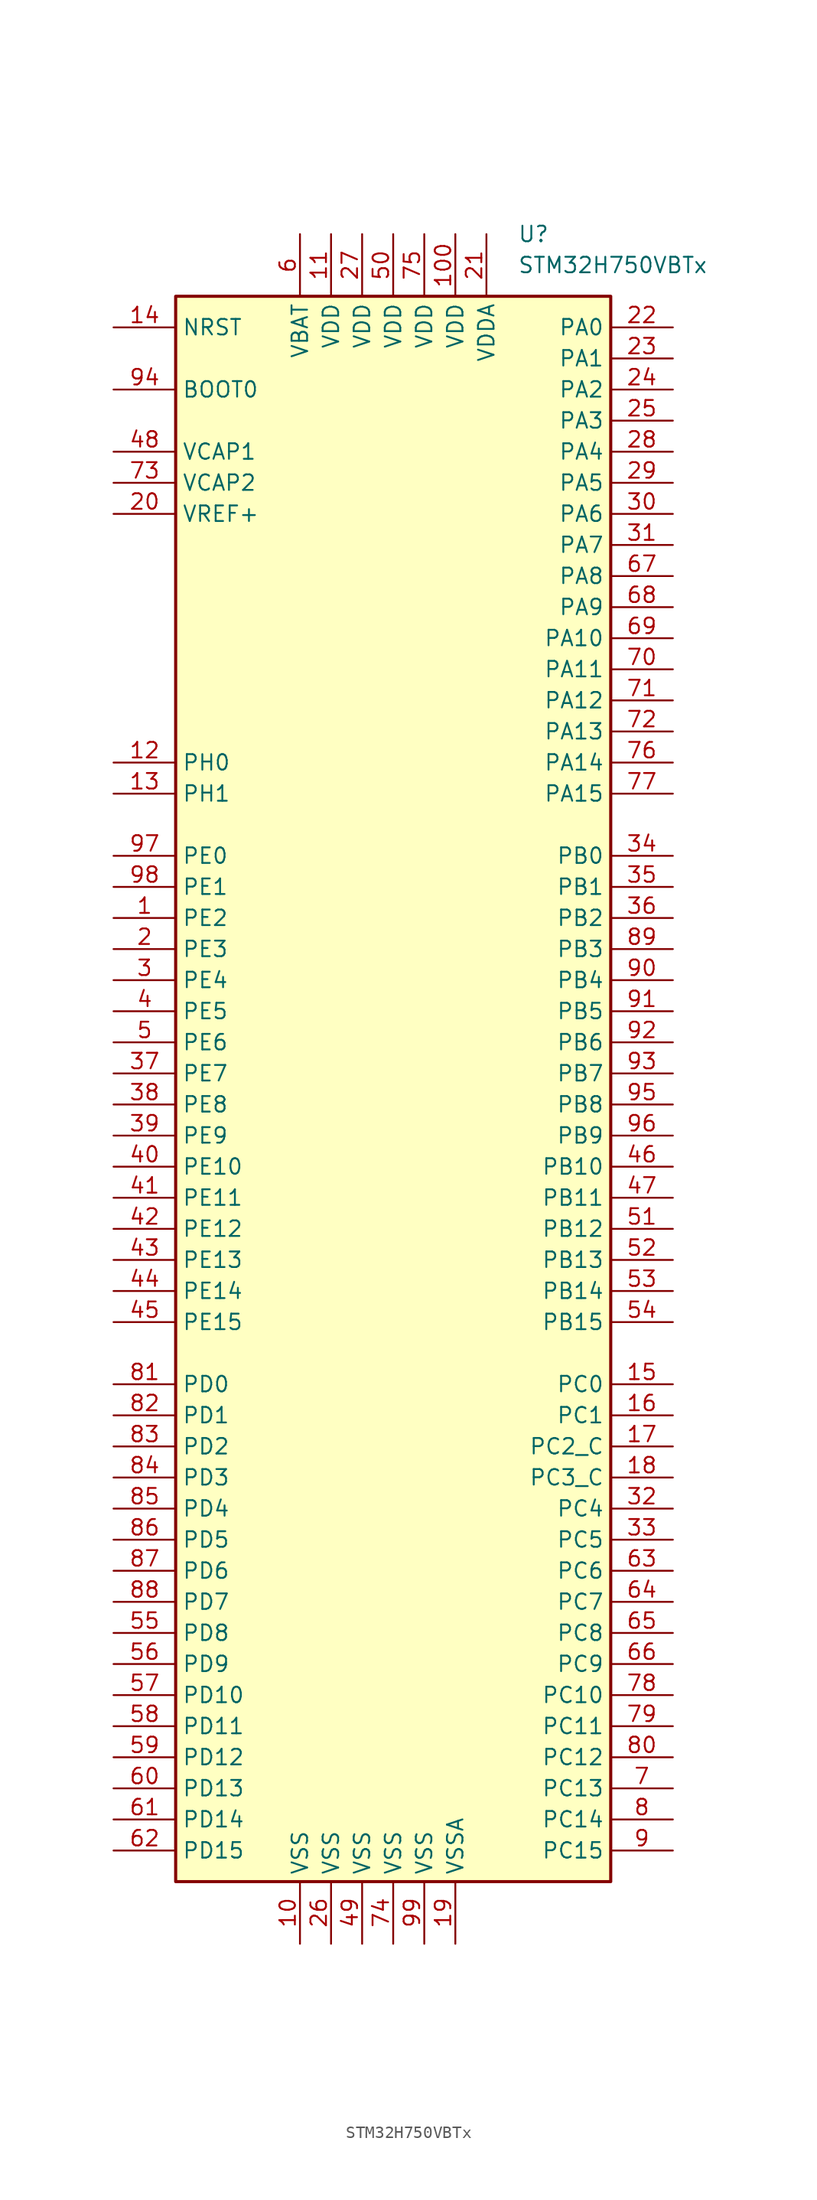
<source format=kicad_sym>
(kicad_symbol_lib
  (version 20201005)
  (generator kicad_symbol_editor)
  (symbol "KLIB_MCU_ST_STM32H7:STM32H750VBTx"
    (property "Reference" "U"
      (at 10.16 68.58 0)
      (effects (font (size 1.27 1.27)) (justify left)))
    (property "Value" "STM32H750VBTx"
      (at 10.16 66.04 0)
      (effects (font (size 1.27 1.27)) (justify left)))
    (symbol "STM32H750VBTx_0_1"
      (rectangle (start -17.78 63.5) (end 17.78 -66.04) (stroke (width 0.254)) (fill (type background))))
    (symbol "STM32H750VBTx_1_1"
      (pin bidirectional line (at -22.86 12.7 0) (length 5.08) (name "PE2" (effects (font (size 1.27 1.27)))) (number "1" (effects (font (size 1.27 1.27)))))
      (pin power_in line (at -7.62 -71.12 90) (length 5.08) (name "VSS" (effects (font (size 1.27 1.27)))) (number "10" (effects (font (size 1.27 1.27)))))
      (pin power_in line (at 5.08 68.58 270) (length 5.08) (name "VDD" (effects (font (size 1.27 1.27)))) (number "100" (effects (font (size 1.27 1.27)))))
      (pin power_in line (at -5.08 68.58 270) (length 5.08) (name "VDD" (effects (font (size 1.27 1.27)))) (number "11" (effects (font (size 1.27 1.27)))))
      (pin bidirectional line (at -22.86 25.4 0) (length 5.08) (name "PH0" (effects (font (size 1.27 1.27)))) (number "12" (effects (font (size 1.27 1.27)))))
      (pin bidirectional line (at -22.86 22.86 0) (length 5.08) (name "PH1" (effects (font (size 1.27 1.27)))) (number "13" (effects (font (size 1.27 1.27)))))
      (pin input line (at -22.86 60.96 0) (length 5.08) (name "NRST" (effects (font (size 1.27 1.27)))) (number "14" (effects (font (size 1.27 1.27)))))
      (pin bidirectional line (at 22.86 -25.4 180) (length 5.08) (name "PC0" (effects (font (size 1.27 1.27)))) (number "15" (effects (font (size 1.27 1.27)))))
      (pin bidirectional line (at 22.86 -27.94 180) (length 5.08) (name "PC1" (effects (font (size 1.27 1.27)))) (number "16" (effects (font (size 1.27 1.27)))))
      (pin bidirectional line (at 22.86 -30.48 180) (length 5.08) (name "PC2_C" (effects (font (size 1.27 1.27)))) (number "17" (effects (font (size 1.27 1.27)))))
      (pin bidirectional line (at 22.86 -33.02 180) (length 5.08) (name "PC3_C" (effects (font (size 1.27 1.27)))) (number "18" (effects (font (size 1.27 1.27)))))
      (pin power_in line (at 5.08 -71.12 90) (length 5.08) (name "VSSA" (effects (font (size 1.27 1.27)))) (number "19" (effects (font (size 1.27 1.27)))))
      (pin bidirectional line (at -22.86 10.16 0) (length 5.08) (name "PE3" (effects (font (size 1.27 1.27)))) (number "2" (effects (font (size 1.27 1.27)))))
      (pin bidirectional line (at -22.86 45.72 0) (length 5.08) (name "VREF+" (effects (font (size 1.27 1.27)))) (number "20" (effects (font (size 1.27 1.27)))))
      (pin power_in line (at 7.62 68.58 270) (length 5.08) (name "VDDA" (effects (font (size 1.27 1.27)))) (number "21" (effects (font (size 1.27 1.27)))))
      (pin bidirectional line (at 22.86 60.96 180) (length 5.08) (name "PA0" (effects (font (size 1.27 1.27)))) (number "22" (effects (font (size 1.27 1.27)))))
      (pin bidirectional line (at 22.86 58.42 180) (length 5.08) (name "PA1" (effects (font (size 1.27 1.27)))) (number "23" (effects (font (size 1.27 1.27)))))
      (pin bidirectional line (at 22.86 55.88 180) (length 5.08) (name "PA2" (effects (font (size 1.27 1.27)))) (number "24" (effects (font (size 1.27 1.27)))))
      (pin bidirectional line (at 22.86 53.34 180) (length 5.08) (name "PA3" (effects (font (size 1.27 1.27)))) (number "25" (effects (font (size 1.27 1.27)))))
      (pin power_in line (at -5.08 -71.12 90) (length 5.08) (name "VSS" (effects (font (size 1.27 1.27)))) (number "26" (effects (font (size 1.27 1.27)))))
      (pin power_in line (at -2.54 68.58 270) (length 5.08) (name "VDD" (effects (font (size 1.27 1.27)))) (number "27" (effects (font (size 1.27 1.27)))))
      (pin bidirectional line (at 22.86 50.8 180) (length 5.08) (name "PA4" (effects (font (size 1.27 1.27)))) (number "28" (effects (font (size 1.27 1.27)))))
      (pin bidirectional line (at 22.86 48.26 180) (length 5.08) (name "PA5" (effects (font (size 1.27 1.27)))) (number "29" (effects (font (size 1.27 1.27)))))
      (pin bidirectional line (at -22.86 7.62 0) (length 5.08) (name "PE4" (effects (font (size 1.27 1.27)))) (number "3" (effects (font (size 1.27 1.27)))))
      (pin bidirectional line (at 22.86 45.72 180) (length 5.08) (name "PA6" (effects (font (size 1.27 1.27)))) (number "30" (effects (font (size 1.27 1.27)))))
      (pin bidirectional line (at 22.86 43.18 180) (length 5.08) (name "PA7" (effects (font (size 1.27 1.27)))) (number "31" (effects (font (size 1.27 1.27)))))
      (pin bidirectional line (at 22.86 -35.56 180) (length 5.08) (name "PC4" (effects (font (size 1.27 1.27)))) (number "32" (effects (font (size 1.27 1.27)))))
      (pin bidirectional line (at 22.86 -38.1 180) (length 5.08) (name "PC5" (effects (font (size 1.27 1.27)))) (number "33" (effects (font (size 1.27 1.27)))))
      (pin bidirectional line (at 22.86 17.78 180) (length 5.08) (name "PB0" (effects (font (size 1.27 1.27)))) (number "34" (effects (font (size 1.27 1.27)))))
      (pin bidirectional line (at 22.86 15.24 180) (length 5.08) (name "PB1" (effects (font (size 1.27 1.27)))) (number "35" (effects (font (size 1.27 1.27)))))
      (pin bidirectional line (at 22.86 12.7 180) (length 5.08) (name "PB2" (effects (font (size 1.27 1.27)))) (number "36" (effects (font (size 1.27 1.27)))))
      (pin bidirectional line (at -22.86 0 0) (length 5.08) (name "PE7" (effects (font (size 1.27 1.27)))) (number "37" (effects (font (size 1.27 1.27)))))
      (pin bidirectional line (at -22.86 -2.54 0) (length 5.08) (name "PE8" (effects (font (size 1.27 1.27)))) (number "38" (effects (font (size 1.27 1.27)))))
      (pin bidirectional line (at -22.86 -5.08 0) (length 5.08) (name "PE9" (effects (font (size 1.27 1.27)))) (number "39" (effects (font (size 1.27 1.27)))))
      (pin bidirectional line (at -22.86 5.08 0) (length 5.08) (name "PE5" (effects (font (size 1.27 1.27)))) (number "4" (effects (font (size 1.27 1.27)))))
      (pin bidirectional line (at -22.86 -7.62 0) (length 5.08) (name "PE10" (effects (font (size 1.27 1.27)))) (number "40" (effects (font (size 1.27 1.27)))))
      (pin bidirectional line (at -22.86 -10.16 0) (length 5.08) (name "PE11" (effects (font (size 1.27 1.27)))) (number "41" (effects (font (size 1.27 1.27)))))
      (pin bidirectional line (at -22.86 -12.7 0) (length 5.08) (name "PE12" (effects (font (size 1.27 1.27)))) (number "42" (effects (font (size 1.27 1.27)))))
      (pin bidirectional line (at -22.86 -15.24 0) (length 5.08) (name "PE13" (effects (font (size 1.27 1.27)))) (number "43" (effects (font (size 1.27 1.27)))))
      (pin bidirectional line (at -22.86 -17.78 0) (length 5.08) (name "PE14" (effects (font (size 1.27 1.27)))) (number "44" (effects (font (size 1.27 1.27)))))
      (pin bidirectional line (at -22.86 -20.32 0) (length 5.08) (name "PE15" (effects (font (size 1.27 1.27)))) (number "45" (effects (font (size 1.27 1.27)))))
      (pin bidirectional line (at 22.86 -7.62 180) (length 5.08) (name "PB10" (effects (font (size 1.27 1.27)))) (number "46" (effects (font (size 1.27 1.27)))))
      (pin bidirectional line (at 22.86 -10.16 180) (length 5.08) (name "PB11" (effects (font (size 1.27 1.27)))) (number "47" (effects (font (size 1.27 1.27)))))
      (pin power_in line (at -22.86 50.8 0) (length 5.08) (name "VCAP1" (effects (font (size 1.27 1.27)))) (number "48" (effects (font (size 1.27 1.27)))))
      (pin power_in line (at -2.54 -71.12 90) (length 5.08) (name "VSS" (effects (font (size 1.27 1.27)))) (number "49" (effects (font (size 1.27 1.27)))))
      (pin bidirectional line (at -22.86 2.54 0) (length 5.08) (name "PE6" (effects (font (size 1.27 1.27)))) (number "5" (effects (font (size 1.27 1.27)))))
      (pin power_in line (at 0 68.58 270) (length 5.08) (name "VDD" (effects (font (size 1.27 1.27)))) (number "50" (effects (font (size 1.27 1.27)))))
      (pin bidirectional line (at 22.86 -12.7 180) (length 5.08) (name "PB12" (effects (font (size 1.27 1.27)))) (number "51" (effects (font (size 1.27 1.27)))))
      (pin bidirectional line (at 22.86 -15.24 180) (length 5.08) (name "PB13" (effects (font (size 1.27 1.27)))) (number "52" (effects (font (size 1.27 1.27)))))
      (pin bidirectional line (at 22.86 -17.78 180) (length 5.08) (name "PB14" (effects (font (size 1.27 1.27)))) (number "53" (effects (font (size 1.27 1.27)))))
      (pin bidirectional line (at 22.86 -20.32 180) (length 5.08) (name "PB15" (effects (font (size 1.27 1.27)))) (number "54" (effects (font (size 1.27 1.27)))))
      (pin bidirectional line (at -22.86 -45.72 0) (length 5.08) (name "PD8" (effects (font (size 1.27 1.27)))) (number "55" (effects (font (size 1.27 1.27)))))
      (pin bidirectional line (at -22.86 -48.26 0) (length 5.08) (name "PD9" (effects (font (size 1.27 1.27)))) (number "56" (effects (font (size 1.27 1.27)))))
      (pin bidirectional line (at -22.86 -50.8 0) (length 5.08) (name "PD10" (effects (font (size 1.27 1.27)))) (number "57" (effects (font (size 1.27 1.27)))))
      (pin bidirectional line (at -22.86 -53.34 0) (length 5.08) (name "PD11" (effects (font (size 1.27 1.27)))) (number "58" (effects (font (size 1.27 1.27)))))
      (pin bidirectional line (at -22.86 -55.88 0) (length 5.08) (name "PD12" (effects (font (size 1.27 1.27)))) (number "59" (effects (font (size 1.27 1.27)))))
      (pin power_in line (at -7.62 68.58 270) (length 5.08) (name "VBAT" (effects (font (size 1.27 1.27)))) (number "6" (effects (font (size 1.27 1.27)))))
      (pin bidirectional line (at -22.86 -58.42 0) (length 5.08) (name "PD13" (effects (font (size 1.27 1.27)))) (number "60" (effects (font (size 1.27 1.27)))))
      (pin bidirectional line (at -22.86 -60.96 0) (length 5.08) (name "PD14" (effects (font (size 1.27 1.27)))) (number "61" (effects (font (size 1.27 1.27)))))
      (pin bidirectional line (at -22.86 -63.5 0) (length 5.08) (name "PD15" (effects (font (size 1.27 1.27)))) (number "62" (effects (font (size 1.27 1.27)))))
      (pin bidirectional line (at 22.86 -40.64 180) (length 5.08) (name "PC6" (effects (font (size 1.27 1.27)))) (number "63" (effects (font (size 1.27 1.27)))))
      (pin bidirectional line (at 22.86 -43.18 180) (length 5.08) (name "PC7" (effects (font (size 1.27 1.27)))) (number "64" (effects (font (size 1.27 1.27)))))
      (pin bidirectional line (at 22.86 -45.72 180) (length 5.08) (name "PC8" (effects (font (size 1.27 1.27)))) (number "65" (effects (font (size 1.27 1.27)))))
      (pin bidirectional line (at 22.86 -48.26 180) (length 5.08) (name "PC9" (effects (font (size 1.27 1.27)))) (number "66" (effects (font (size 1.27 1.27)))))
      (pin bidirectional line (at 22.86 40.64 180) (length 5.08) (name "PA8" (effects (font (size 1.27 1.27)))) (number "67" (effects (font (size 1.27 1.27)))))
      (pin bidirectional line (at 22.86 38.1 180) (length 5.08) (name "PA9" (effects (font (size 1.27 1.27)))) (number "68" (effects (font (size 1.27 1.27)))))
      (pin bidirectional line (at 22.86 35.56 180) (length 5.08) (name "PA10" (effects (font (size 1.27 1.27)))) (number "69" (effects (font (size 1.27 1.27)))))
      (pin bidirectional line (at 22.86 -58.42 180) (length 5.08) (name "PC13" (effects (font (size 1.27 1.27)))) (number "7" (effects (font (size 1.27 1.27)))))
      (pin bidirectional line (at 22.86 33.02 180) (length 5.08) (name "PA11" (effects (font (size 1.27 1.27)))) (number "70" (effects (font (size 1.27 1.27)))))
      (pin bidirectional line (at 22.86 30.48 180) (length 5.08) (name "PA12" (effects (font (size 1.27 1.27)))) (number "71" (effects (font (size 1.27 1.27)))))
      (pin bidirectional line (at 22.86 27.94 180) (length 5.08) (name "PA13" (effects (font (size 1.27 1.27)))) (number "72" (effects (font (size 1.27 1.27)))))
      (pin power_in line (at -22.86 48.26 0) (length 5.08) (name "VCAP2" (effects (font (size 1.27 1.27)))) (number "73" (effects (font (size 1.27 1.27)))))
      (pin power_in line (at 0 -71.12 90) (length 5.08) (name "VSS" (effects (font (size 1.27 1.27)))) (number "74" (effects (font (size 1.27 1.27)))))
      (pin power_in line (at 2.54 68.58 270) (length 5.08) (name "VDD" (effects (font (size 1.27 1.27)))) (number "75" (effects (font (size 1.27 1.27)))))
      (pin bidirectional line (at 22.86 25.4 180) (length 5.08) (name "PA14" (effects (font (size 1.27 1.27)))) (number "76" (effects (font (size 1.27 1.27)))))
      (pin bidirectional line (at 22.86 22.86 180) (length 5.08) (name "PA15" (effects (font (size 1.27 1.27)))) (number "77" (effects (font (size 1.27 1.27)))))
      (pin bidirectional line (at 22.86 -50.8 180) (length 5.08) (name "PC10" (effects (font (size 1.27 1.27)))) (number "78" (effects (font (size 1.27 1.27)))))
      (pin bidirectional line (at 22.86 -53.34 180) (length 5.08) (name "PC11" (effects (font (size 1.27 1.27)))) (number "79" (effects (font (size 1.27 1.27)))))
      (pin bidirectional line (at 22.86 -60.96 180) (length 5.08) (name "PC14" (effects (font (size 1.27 1.27)))) (number "8" (effects (font (size 1.27 1.27)))))
      (pin bidirectional line (at 22.86 -55.88 180) (length 5.08) (name "PC12" (effects (font (size 1.27 1.27)))) (number "80" (effects (font (size 1.27 1.27)))))
      (pin bidirectional line (at -22.86 -25.4 0) (length 5.08) (name "PD0" (effects (font (size 1.27 1.27)))) (number "81" (effects (font (size 1.27 1.27)))))
      (pin bidirectional line (at -22.86 -27.94 0) (length 5.08) (name "PD1" (effects (font (size 1.27 1.27)))) (number "82" (effects (font (size 1.27 1.27)))))
      (pin bidirectional line (at -22.86 -30.48 0) (length 5.08) (name "PD2" (effects (font (size 1.27 1.27)))) (number "83" (effects (font (size 1.27 1.27)))))
      (pin bidirectional line (at -22.86 -33.02 0) (length 5.08) (name "PD3" (effects (font (size 1.27 1.27)))) (number "84" (effects (font (size 1.27 1.27)))))
      (pin bidirectional line (at -22.86 -35.56 0) (length 5.08) (name "PD4" (effects (font (size 1.27 1.27)))) (number "85" (effects (font (size 1.27 1.27)))))
      (pin bidirectional line (at -22.86 -38.1 0) (length 5.08) (name "PD5" (effects (font (size 1.27 1.27)))) (number "86" (effects (font (size 1.27 1.27)))))
      (pin bidirectional line (at -22.86 -40.64 0) (length 5.08) (name "PD6" (effects (font (size 1.27 1.27)))) (number "87" (effects (font (size 1.27 1.27)))))
      (pin bidirectional line (at -22.86 -43.18 0) (length 5.08) (name "PD7" (effects (font (size 1.27 1.27)))) (number "88" (effects (font (size 1.27 1.27)))))
      (pin bidirectional line (at 22.86 10.16 180) (length 5.08) (name "PB3" (effects (font (size 1.27 1.27)))) (number "89" (effects (font (size 1.27 1.27)))))
      (pin bidirectional line (at 22.86 -63.5 180) (length 5.08) (name "PC15" (effects (font (size 1.27 1.27)))) (number "9" (effects (font (size 1.27 1.27)))))
      (pin bidirectional line (at 22.86 7.62 180) (length 5.08) (name "PB4" (effects (font (size 1.27 1.27)))) (number "90" (effects (font (size 1.27 1.27)))))
      (pin bidirectional line (at 22.86 5.08 180) (length 5.08) (name "PB5" (effects (font (size 1.27 1.27)))) (number "91" (effects (font (size 1.27 1.27)))))
      (pin bidirectional line (at 22.86 2.54 180) (length 5.08) (name "PB6" (effects (font (size 1.27 1.27)))) (number "92" (effects (font (size 1.27 1.27)))))
      (pin bidirectional line (at 22.86 0 180) (length 5.08) (name "PB7" (effects (font (size 1.27 1.27)))) (number "93" (effects (font (size 1.27 1.27)))))
      (pin input line (at -22.86 55.88 0) (length 5.08) (name "BOOT0" (effects (font (size 1.27 1.27)))) (number "94" (effects (font (size 1.27 1.27)))))
      (pin bidirectional line (at 22.86 -2.54 180) (length 5.08) (name "PB8" (effects (font (size 1.27 1.27)))) (number "95" (effects (font (size 1.27 1.27)))))
      (pin bidirectional line (at 22.86 -5.08 180) (length 5.08) (name "PB9" (effects (font (size 1.27 1.27)))) (number "96" (effects (font (size 1.27 1.27)))))
      (pin bidirectional line (at -22.86 17.78 0) (length 5.08) (name "PE0" (effects (font (size 1.27 1.27)))) (number "97" (effects (font (size 1.27 1.27)))))
      (pin bidirectional line (at -22.86 15.24 0) (length 5.08) (name "PE1" (effects (font (size 1.27 1.27)))) (number "98" (effects (font (size 1.27 1.27)))))
      (pin power_in line (at 2.54 -71.12 90) (length 5.08) (name "VSS" (effects (font (size 1.27 1.27)))) (number "99" (effects (font (size 1.27 1.27))))))))
</source>
